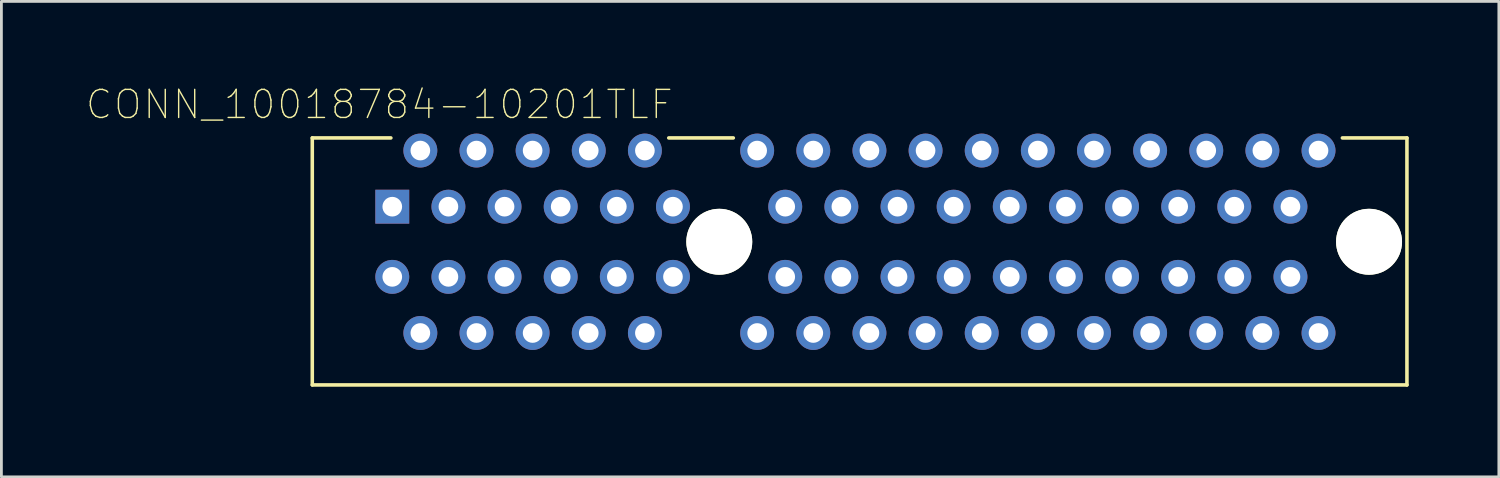
<source format=kicad_pcb>
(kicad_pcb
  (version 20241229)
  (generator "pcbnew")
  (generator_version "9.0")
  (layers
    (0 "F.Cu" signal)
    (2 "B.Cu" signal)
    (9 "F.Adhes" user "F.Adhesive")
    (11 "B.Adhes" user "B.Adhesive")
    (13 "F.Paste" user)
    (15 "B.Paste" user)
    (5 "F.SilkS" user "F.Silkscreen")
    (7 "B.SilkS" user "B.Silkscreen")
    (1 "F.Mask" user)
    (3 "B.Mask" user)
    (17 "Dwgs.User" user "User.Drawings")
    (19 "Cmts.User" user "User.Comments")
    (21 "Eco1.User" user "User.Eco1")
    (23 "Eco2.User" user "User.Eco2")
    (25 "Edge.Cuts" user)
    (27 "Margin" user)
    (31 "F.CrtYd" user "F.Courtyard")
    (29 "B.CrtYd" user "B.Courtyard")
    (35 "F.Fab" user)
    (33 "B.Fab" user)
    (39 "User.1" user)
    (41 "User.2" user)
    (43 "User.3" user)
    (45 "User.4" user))
  (footprint "CONN_10018784-10201TLF"
    (layer "F.Cu")
    (at 10.926 4.314)
    (property "Reference" "CONN_10018784-10201TLF" (at -0.461 -3.64 0) (layer "F.SilkS") (effects (font (size 1.001 1.001) (thickness 0.05))))
    (attr through_hole)
    (fp_line (start -2.85 -2.45) (end -2.85 6.35) (stroke (width 0.127) (type solid)) (layer "F.SilkS"))
    (fp_line (start -2.85 6.35) (end 36.15 6.35) (stroke (width 0.127) (type solid)) (layer "F.SilkS"))
    (fp_line (start -0.05 -2.45) (end -2.85 -2.45) (stroke (width 0.127) (type solid)) (layer "F.SilkS"))
    (fp_line (start 12.15 -2.45) (end 9.85 -2.45) (stroke (width 0.127) (type solid)) (layer "F.SilkS"))
    (fp_line (start 36.15 -2.45) (end 33.85 -2.45) (stroke (width 0.127) (type solid)) (layer "F.SilkS"))
    (fp_line (start 36.15 6.35) (end 36.15 -2.45) (stroke (width 0.127) (type solid)) (layer "F.SilkS"))
    (fp_line (start -3.1 -2.86) (end 36.4 -2.86) (stroke (width 0.05) (type solid)) (layer "Eco1.User"))
    (fp_line (start -3.1 6.6) (end -3.1 -2.86) (stroke (width 0.05) (type solid)) (layer "Eco1.User"))
    (fp_line (start 36.4 -2.86) (end 36.4 6.6) (stroke (width 0.05) (type solid)) (layer "Eco1.User"))
    (fp_line (start 36.4 6.6) (end -3.1 6.6) (stroke (width 0.05) (type solid)) (layer "Eco1.User"))
    (fp_line (start -2.85 -2.45) (end -2.85 6.35) (stroke (width 0.127) (type solid)) (layer "Eco2.User"))
    (fp_line (start -2.85 6.35) (end 36.15 6.35) (stroke (width 0.127) (type solid)) (layer "Eco2.User"))
    (fp_line (start 36.15 -2.45) (end -2.85 -2.45) (stroke (width 0.127) (type solid)) (layer "Eco2.User"))
    (fp_line (start 36.15 6.35) (end 36.15 -2.45) (stroke (width 0.127) (type solid)) (layer "Eco2.User"))
    (pad "" np_thru_hole circle (at 11.65 1.25) (size 2.35 2.35) (drill 2.35) (layers "*.Cu" "*.Mask" "F.SilkS"))
    (pad "" np_thru_hole circle (at 34.8 1.25) (size 2.35 2.35) (drill 2.35) (layers "*.Cu" "*.Mask" "F.SilkS"))
    (pad "A1" thru_hole rect (at 0 0) (size 1.208 1.208) (drill 0.7) (layers "*.Cu" "*.Mask"))
    (pad "A2" thru_hole circle (at 1 -2) (size 1.208 1.208) (drill 0.7) (layers "*.Cu" "*.Mask"))
    (pad "A3" thru_hole circle (at 2 0) (size 1.208 1.208) (drill 0.7) (layers "*.Cu" "*.Mask"))
    (pad "A4" thru_hole circle (at 3 -2) (size 1.208 1.208) (drill 0.7) (layers "*.Cu" "*.Mask"))
    (pad "A5" thru_hole circle (at 4 0) (size 1.208 1.208) (drill 0.7) (layers "*.Cu" "*.Mask"))
    (pad "A6" thru_hole circle (at 5 -2) (size 1.208 1.208) (drill 0.7) (layers "*.Cu" "*.Mask"))
    (pad "A7" thru_hole circle (at 6 0) (size 1.208 1.208) (drill 0.7) (layers "*.Cu" "*.Mask"))
    (pad "A8" thru_hole circle (at 7 -2) (size 1.208 1.208) (drill 0.7) (layers "*.Cu" "*.Mask"))
    (pad "A9" thru_hole circle (at 8 0) (size 1.208 1.208) (drill 0.7) (layers "*.Cu" "*.Mask"))
    (pad "A10" thru_hole circle (at 9 -2) (size 1.208 1.208) (drill 0.7) (layers "*.Cu" "*.Mask"))
    (pad "A11" thru_hole circle (at 10 0) (size 1.208 1.208) (drill 0.7) (layers "*.Cu" "*.Mask"))
    (pad "A12" thru_hole circle (at 13 -2) (size 1.208 1.208) (drill 0.7) (layers "*.Cu" "*.Mask"))
    (pad "A13" thru_hole circle (at 14 0) (size 1.208 1.208) (drill 0.7) (layers "*.Cu" "*.Mask"))
    (pad "A14" thru_hole circle (at 15 -2) (size 1.208 1.208) (drill 0.7) (layers "*.Cu" "*.Mask"))
    (pad "A15" thru_hole circle (at 16 0) (size 1.208 1.208) (drill 0.7) (layers "*.Cu" "*.Mask"))
    (pad "A16" thru_hole circle (at 17 -2) (size 1.208 1.208) (drill 0.7) (layers "*.Cu" "*.Mask"))
    (pad "A17" thru_hole circle (at 18 0) (size 1.208 1.208) (drill 0.7) (layers "*.Cu" "*.Mask"))
    (pad "A18" thru_hole circle (at 19 -2) (size 1.208 1.208) (drill 0.7) (layers "*.Cu" "*.Mask"))
    (pad "A19" thru_hole circle (at 20 0) (size 1.208 1.208) (drill 0.7) (layers "*.Cu" "*.Mask"))
    (pad "A20" thru_hole circle (at 21 -2) (size 1.208 1.208) (drill 0.7) (layers "*.Cu" "*.Mask"))
    (pad "A21" thru_hole circle (at 22 0) (size 1.208 1.208) (drill 0.7) (layers "*.Cu" "*.Mask"))
    (pad "A22" thru_hole circle (at 23 -2) (size 1.208 1.208) (drill 0.7) (layers "*.Cu" "*.Mask"))
    (pad "A23" thru_hole circle (at 24 0) (size 1.208 1.208) (drill 0.7) (layers "*.Cu" "*.Mask"))
    (pad "A24" thru_hole circle (at 25 -2) (size 1.208 1.208) (drill 0.7) (layers "*.Cu" "*.Mask"))
    (pad "A25" thru_hole circle (at 26 0) (size 1.208 1.208) (drill 0.7) (layers "*.Cu" "*.Mask"))
    (pad "A26" thru_hole circle (at 27 -2) (size 1.208 1.208) (drill 0.7) (layers "*.Cu" "*.Mask"))
    (pad "A27" thru_hole circle (at 28 0) (size 1.208 1.208) (drill 0.7) (layers "*.Cu" "*.Mask"))
    (pad "A28" thru_hole circle (at 29 -2) (size 1.208 1.208) (drill 0.7) (layers "*.Cu" "*.Mask"))
    (pad "A29" thru_hole circle (at 30 0) (size 1.208 1.208) (drill 0.7) (layers "*.Cu" "*.Mask"))
    (pad "A30" thru_hole circle (at 31 -2) (size 1.208 1.208) (drill 0.7) (layers "*.Cu" "*.Mask"))
    (pad "A31" thru_hole circle (at 32 0) (size 1.208 1.208) (drill 0.7) (layers "*.Cu" "*.Mask"))
    (pad "A32" thru_hole circle (at 33 -2) (size 1.208 1.208) (drill 0.7) (layers "*.Cu" "*.Mask"))
    (pad "B1" thru_hole circle (at 0 2.5) (size 1.208 1.208) (drill 0.7) (layers "*.Cu" "*.Mask"))
    (pad "B2" thru_hole circle (at 1 4.5) (size 1.208 1.208) (drill 0.7) (layers "*.Cu" "*.Mask"))
    (pad "B3" thru_hole circle (at 2 2.5) (size 1.208 1.208) (drill 0.7) (layers "*.Cu" "*.Mask"))
    (pad "B4" thru_hole circle (at 3 4.5) (size 1.208 1.208) (drill 0.7) (layers "*.Cu" "*.Mask"))
    (pad "B5" thru_hole circle (at 4 2.5) (size 1.208 1.208) (drill 0.7) (layers "*.Cu" "*.Mask"))
    (pad "B6" thru_hole circle (at 5 4.5) (size 1.208 1.208) (drill 0.7) (layers "*.Cu" "*.Mask"))
    (pad "B7" thru_hole circle (at 6 2.5) (size 1.208 1.208) (drill 0.7) (layers "*.Cu" "*.Mask"))
    (pad "B8" thru_hole circle (at 7 4.5) (size 1.208 1.208) (drill 0.7) (layers "*.Cu" "*.Mask"))
    (pad "B9" thru_hole circle (at 8 2.5) (size 1.208 1.208) (drill 0.7) (layers "*.Cu" "*.Mask"))
    (pad "B10" thru_hole circle (at 9 4.5) (size 1.208 1.208) (drill 0.7) (layers "*.Cu" "*.Mask"))
    (pad "B11" thru_hole circle (at 10 2.5) (size 1.208 1.208) (drill 0.7) (layers "*.Cu" "*.Mask"))
    (pad "B12" thru_hole circle (at 13 4.5) (size 1.208 1.208) (drill 0.7) (layers "*.Cu" "*.Mask"))
    (pad "B13" thru_hole circle (at 14 2.5) (size 1.208 1.208) (drill 0.7) (layers "*.Cu" "*.Mask"))
    (pad "B14" thru_hole circle (at 15 4.5) (size 1.208 1.208) (drill 0.7) (layers "*.Cu" "*.Mask"))
    (pad "B15" thru_hole circle (at 16 2.5) (size 1.208 1.208) (drill 0.7) (layers "*.Cu" "*.Mask"))
    (pad "B16" thru_hole circle (at 17 4.5) (size 1.208 1.208) (drill 0.7) (layers "*.Cu" "*.Mask"))
    (pad "B17" thru_hole circle (at 18 2.5) (size 1.208 1.208) (drill 0.7) (layers "*.Cu" "*.Mask"))
    (pad "B18" thru_hole circle (at 19 4.5) (size 1.208 1.208) (drill 0.7) (layers "*.Cu" "*.Mask"))
    (pad "B19" thru_hole circle (at 20 2.5) (size 1.208 1.208) (drill 0.7) (layers "*.Cu" "*.Mask"))
    (pad "B20" thru_hole circle (at 21 4.5) (size 1.208 1.208) (drill 0.7) (layers "*.Cu" "*.Mask"))
    (pad "B21" thru_hole circle (at 22 2.5) (size 1.208 1.208) (drill 0.7) (layers "*.Cu" "*.Mask"))
    (pad "B22" thru_hole circle (at 23 4.5) (size 1.208 1.208) (drill 0.7) (layers "*.Cu" "*.Mask"))
    (pad "B23" thru_hole circle (at 24 2.5) (size 1.208 1.208) (drill 0.7) (layers "*.Cu" "*.Mask"))
    (pad "B24" thru_hole circle (at 25 4.5) (size 1.208 1.208) (drill 0.7) (layers "*.Cu" "*.Mask"))
    (pad "B25" thru_hole circle (at 26 2.5) (size 1.208 1.208) (drill 0.7) (layers "*.Cu" "*.Mask"))
    (pad "B26" thru_hole circle (at 27 4.5) (size 1.208 1.208) (drill 0.7) (layers "*.Cu" "*.Mask"))
    (pad "B27" thru_hole circle (at 28 2.5) (size 1.208 1.208) (drill 0.7) (layers "*.Cu" "*.Mask"))
    (pad "B28" thru_hole circle (at 29 4.5) (size 1.208 1.208) (drill 0.7) (layers "*.Cu" "*.Mask"))
    (pad "B29" thru_hole circle (at 30 2.5) (size 1.208 1.208) (drill 0.7) (layers "*.Cu" "*.Mask"))
    (pad "B30" thru_hole circle (at 31 4.5) (size 1.208 1.208) (drill 0.7) (layers "*.Cu" "*.Mask"))
    (pad "B31" thru_hole circle (at 32 2.5) (size 1.208 1.208) (drill 0.7) (layers "*.Cu" "*.Mask"))
    (pad "B32" thru_hole circle (at 33 4.5) (size 1.208 1.208) (drill 0.7) (layers "*.Cu" "*.Mask")))
  (gr_rect
    (start -3 -3)
    (end 50.351 13.939)
    (stroke (width 0.1) (type default))
    (fill no)
    (layer "Edge.Cuts")))
</source>
